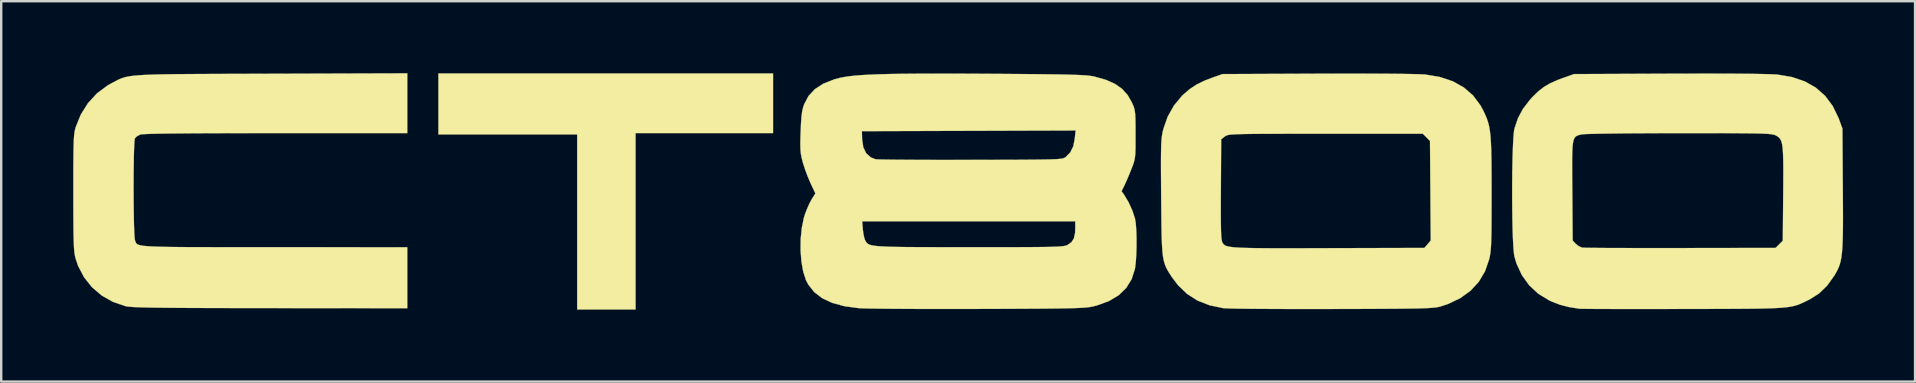
<source format=kicad_pcb>
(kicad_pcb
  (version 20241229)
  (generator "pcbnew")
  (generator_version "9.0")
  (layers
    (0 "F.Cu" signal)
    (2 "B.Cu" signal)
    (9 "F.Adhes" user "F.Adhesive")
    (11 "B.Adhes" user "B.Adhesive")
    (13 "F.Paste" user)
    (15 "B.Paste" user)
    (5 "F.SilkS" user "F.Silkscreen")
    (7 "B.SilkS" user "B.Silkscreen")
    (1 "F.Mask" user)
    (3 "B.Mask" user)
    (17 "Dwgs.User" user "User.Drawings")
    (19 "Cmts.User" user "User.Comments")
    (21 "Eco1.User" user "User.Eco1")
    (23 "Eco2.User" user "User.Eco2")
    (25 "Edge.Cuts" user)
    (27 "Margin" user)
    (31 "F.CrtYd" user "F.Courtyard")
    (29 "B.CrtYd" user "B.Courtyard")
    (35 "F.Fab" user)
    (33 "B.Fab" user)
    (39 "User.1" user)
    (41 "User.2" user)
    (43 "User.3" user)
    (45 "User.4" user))
  (footprint "ct800"
    (layer "F.Cu")
    (at 36.942 4.982)
    (property "Reference" "ct800" (at 0 0 0) (layer "F.SilkS") (effects (font (size 1.524 1.524) (thickness 0.3))))
    (attr through_hole)
    (fp_poly (pts (xy -7.782 -2.486) (xy -13.511 -2.486) (xy -13.511 4.864) (xy -15.943 4.864) (xy -15.943 -2.432) (xy -21.725 -2.432) (xy -21.725 -4.972) (xy -7.782 -4.972) (xy -7.782 -2.486)) (stroke (width 0.01) (type solid)) (fill yes) (layer "F.SilkS"))
    (fp_poly (pts (xy -23.022 -2.486) (xy -28.499 -2.486) (xy -29.496 -2.486) (xy -30.387 -2.484) (xy -31.175 -2.482) (xy -31.865 -2.479) (xy -32.457 -2.474) (xy -32.956 -2.469) (xy -33.365 -2.463) (xy -33.685 -2.456) (xy -33.92 -2.447) (xy -34.073 -2.437) (xy -34.147 -2.427) (xy -34.148 -2.426) (xy -34.283 -2.356) (xy -34.371 -2.27) (xy -34.372 -2.268) (xy -34.386 -2.188) (xy -34.398 -2.014) (xy -34.408 -1.763) (xy -34.416 -1.447) (xy -34.421 -1.083) (xy -34.425 -0.685) (xy -34.426 -0.268) (xy -34.425 0.154) (xy -34.422 0.565) (xy -34.417 0.951) (xy -34.41 1.297) (xy -34.401 1.588) (xy -34.389 1.81) (xy -34.376 1.947) (xy -34.369 1.978) (xy -34.353 2.024) (xy -34.338 2.065) (xy -34.319 2.101) (xy -34.288 2.132) (xy -34.24 2.16) (xy -34.169 2.183) (xy -34.068 2.203) (xy -33.931 2.219) (xy -33.752 2.232) (xy -33.525 2.243) (xy -33.243 2.251) (xy -32.902 2.257) (xy -32.493 2.262) (xy -32.012 2.265) (xy -31.452 2.266) (xy -30.806 2.267) (xy -30.069 2.268) (xy -29.235 2.268) (xy -28.575 2.268) (xy -23.022 2.27) (xy -23.022 4.81) (xy -28.737 4.805) (xy -29.679 4.804) (xy -30.518 4.803) (xy -31.261 4.801) (xy -31.914 4.799) (xy -32.482 4.796) (xy -32.971 4.792) (xy -33.388 4.787) (xy -33.737 4.782) (xy -34.025 4.776) (xy -34.259 4.768) (xy -34.442 4.76) (xy -34.582 4.75) (xy -34.685 4.739) (xy -34.755 4.727) (xy -34.762 4.726) (xy -35.286 4.546) (xy -35.755 4.28) (xy -36.16 3.935) (xy -36.49 3.521) (xy -36.738 3.046) (xy -36.839 2.748) (xy -36.862 2.656) (xy -36.882 2.552) (xy -36.897 2.427) (xy -36.91 2.27) (xy -36.919 2.07) (xy -36.926 1.817) (xy -36.931 1.499) (xy -36.934 1.106) (xy -36.936 0.627) (xy -36.937 0.051) (xy -36.937 0) (xy -36.937 -0.58) (xy -36.936 -1.063) (xy -36.933 -1.459) (xy -36.929 -1.779) (xy -36.923 -2.034) (xy -36.915 -2.233) (xy -36.903 -2.389) (xy -36.889 -2.512) (xy -36.87 -2.611) (xy -36.848 -2.699) (xy -36.839 -2.729) (xy -36.624 -3.261) (xy -36.325 -3.736) (xy -35.953 -4.141) (xy -35.515 -4.468) (xy -35.366 -4.552) (xy -35.252 -4.612) (xy -35.151 -4.666) (xy -35.057 -4.714) (xy -34.962 -4.756) (xy -34.861 -4.793) (xy -34.746 -4.824) (xy -34.61 -4.851) (xy -34.449 -4.874) (xy -34.253 -4.892) (xy -34.019 -4.908) (xy -33.737 -4.92) (xy -33.403 -4.93) (xy -33.009 -4.937) (xy -32.549 -4.943) (xy -32.016 -4.947) (xy -31.404 -4.95) (xy -30.705 -4.953) (xy -29.914 -4.955) (xy -29.024 -4.958) (xy -28.683 -4.959) (xy -23.022 -4.977) (xy -23.022 -2.486)) (stroke (width 0.01) (type solid)) (fill yes) (layer "F.SilkS"))
    (fp_poly (pts (xy 16.937 -4.964) (xy 17.52 -4.961) (xy 18.042 -4.958) (xy 18.494 -4.953) (xy 18.868 -4.946) (xy 19.154 -4.939) (xy 19.345 -4.93) (xy 19.395 -4.926) (xy 20.006 -4.823) (xy 20.541 -4.644) (xy 21 -4.388) (xy 21.383 -4.056) (xy 21.69 -3.646) (xy 21.812 -3.422) (xy 21.89 -3.256) (xy 21.955 -3.101) (xy 22.008 -2.945) (xy 22.051 -2.777) (xy 22.085 -2.586) (xy 22.111 -2.361) (xy 22.129 -2.09) (xy 22.142 -1.762) (xy 22.15 -1.365) (xy 22.154 -0.89) (xy 22.156 -0.323) (xy 22.156 0.027) (xy 22.156 0.602) (xy 22.154 1.079) (xy 22.152 1.472) (xy 22.147 1.79) (xy 22.14 2.045) (xy 22.13 2.249) (xy 22.117 2.413) (xy 22.1 2.548) (xy 22.08 2.665) (xy 22.058 2.763) (xy 21.886 3.265) (xy 21.626 3.705) (xy 21.28 4.081) (xy 20.849 4.392) (xy 20.337 4.635) (xy 20.023 4.739) (xy 19.955 4.756) (xy 19.874 4.771) (xy 19.773 4.784) (xy 19.645 4.795) (xy 19.481 4.805) (xy 19.274 4.813) (xy 19.017 4.82) (xy 18.702 4.825) (xy 18.322 4.83) (xy 17.868 4.833) (xy 17.334 4.836) (xy 16.711 4.839) (xy 15.992 4.841) (xy 15.51 4.842) (xy 14.838 4.844) (xy 14.19 4.843) (xy 13.575 4.842) (xy 13.004 4.84) (xy 12.485 4.837) (xy 12.026 4.833) (xy 11.639 4.828) (xy 11.33 4.822) (xy 11.11 4.815) (xy 10.988 4.808) (xy 10.979 4.807) (xy 10.406 4.688) (xy 9.906 4.493) (xy 9.471 4.216) (xy 9.093 3.853) (xy 8.84 3.518) (xy 8.743 3.371) (xy 8.662 3.239) (xy 8.595 3.111) (xy 8.541 2.977) (xy 8.498 2.826) (xy 8.465 2.646) (xy 8.44 2.427) (xy 8.423 2.158) (xy 8.41 1.828) (xy 8.402 1.426) (xy 8.396 0.941) (xy 8.395 0.875) (xy 10.874 0.875) (xy 10.876 1.25) (xy 10.882 1.542) (xy 10.89 1.762) (xy 10.903 1.916) (xy 10.918 2.013) (xy 10.932 2.054) (xy 10.958 2.102) (xy 10.989 2.144) (xy 11.031 2.181) (xy 11.093 2.212) (xy 11.181 2.237) (xy 11.302 2.259) (xy 11.464 2.276) (xy 11.674 2.289) (xy 11.939 2.298) (xy 12.266 2.305) (xy 12.663 2.309) (xy 13.137 2.312) (xy 13.694 2.312) (xy 14.343 2.311) (xy 15.09 2.309) (xy 15.366 2.308) (xy 19.357 2.297) (xy 19.489 2.143) (xy 19.621 1.989) (xy 19.606 -0.085) (xy 19.59 -2.159) (xy 19.441 -2.309) (xy 19.291 -2.459) (xy 15.243 -2.459) (xy 14.485 -2.459) (xy 13.829 -2.459) (xy 13.265 -2.458) (xy 12.787 -2.457) (xy 12.387 -2.455) (xy 12.058 -2.451) (xy 11.792 -2.447) (xy 11.581 -2.441) (xy 11.419 -2.434) (xy 11.298 -2.425) (xy 11.21 -2.413) (xy 11.147 -2.4) (xy 11.103 -2.384) (xy 11.07 -2.365) (xy 11.042 -2.345) (xy 10.89 -2.231) (xy 10.877 -0.156) (xy 10.874 0.409) (xy 10.874 0.875) (xy 8.395 0.875) (xy 8.391 0.361) (xy 8.389 0.173) (xy 8.385 -0.402) (xy 8.382 -0.88) (xy 8.381 -1.273) (xy 8.383 -1.591) (xy 8.387 -1.846) (xy 8.393 -2.049) (xy 8.404 -2.211) (xy 8.418 -2.344) (xy 8.436 -2.458) (xy 8.458 -2.565) (xy 8.482 -2.661) (xy 8.661 -3.17) (xy 8.925 -3.639) (xy 9.26 -4.042) (xy 9.304 -4.085) (xy 9.583 -4.324) (xy 9.87 -4.513) (xy 10.201 -4.674) (xy 10.511 -4.793) (xy 10.944 -4.945) (xy 14.91 -4.962) (xy 15.623 -4.964) (xy 16.302 -4.964) (xy 16.937 -4.964)) (stroke (width 0.01) (type solid)) (fill yes) (layer "F.SilkS"))
    (fp_poly (pts (xy 31.799 -4.964) (xy 32.404 -4.961) (xy 32.928 -4.956) (xy 33.366 -4.949) (xy 33.712 -4.941) (xy 33.959 -4.931) (xy 34.076 -4.923) (xy 34.681 -4.819) (xy 35.212 -4.638) (xy 35.67 -4.377) (xy 36.055 -4.037) (xy 36.369 -3.617) (xy 36.613 -3.115) (xy 36.636 -3.053) (xy 36.774 -2.675) (xy 36.791 -0.165) (xy 36.795 0.485) (xy 36.797 1.037) (xy 36.795 1.501) (xy 36.788 1.888) (xy 36.776 2.208) (xy 36.757 2.471) (xy 36.731 2.687) (xy 36.696 2.867) (xy 36.652 3.021) (xy 36.596 3.159) (xy 36.53 3.291) (xy 36.451 3.428) (xy 36.436 3.453) (xy 36.138 3.869) (xy 35.801 4.194) (xy 35.41 4.442) (xy 35.377 4.458) (xy 35.242 4.525) (xy 35.121 4.583) (xy 35.008 4.633) (xy 34.893 4.676) (xy 34.769 4.713) (xy 34.628 4.743) (xy 34.463 4.768) (xy 34.264 4.788) (xy 34.024 4.803) (xy 33.736 4.815) (xy 33.391 4.824) (xy 32.981 4.83) (xy 32.499 4.834) (xy 31.936 4.837) (xy 31.285 4.839) (xy 30.537 4.84) (xy 30.156 4.841) (xy 29.489 4.842) (xy 28.85 4.843) (xy 28.249 4.843) (xy 27.694 4.843) (xy 27.193 4.842) (xy 26.756 4.84) (xy 26.39 4.839) (xy 26.106 4.836) (xy 25.91 4.834) (xy 25.812 4.831) (xy 25.805 4.83) (xy 25.376 4.761) (xy 25.012 4.667) (xy 24.672 4.537) (xy 24.555 4.483) (xy 24.105 4.209) (xy 23.723 3.855) (xy 23.417 3.43) (xy 23.193 2.944) (xy 23.106 2.648) (xy 23.083 2.488) (xy 23.062 2.237) (xy 23.046 1.908) (xy 23.032 1.517) (xy 23.023 1.078) (xy 23.017 0.606) (xy 23.014 0.115) (xy 23.015 -0.378) (xy 23.019 -0.861) (xy 23.027 -1.298) (xy 25.513 -1.298) (xy 25.513 -0.893) (xy 25.517 -0.396) (xy 25.519 -0.076) (xy 25.535 1.991) (xy 25.663 2.127) (xy 25.794 2.23) (xy 25.931 2.286) (xy 25.934 2.286) (xy 26.01 2.29) (xy 26.185 2.293) (xy 26.451 2.296) (xy 26.798 2.299) (xy 27.218 2.301) (xy 27.702 2.302) (xy 28.24 2.303) (xy 28.825 2.304) (xy 29.447 2.304) (xy 30.033 2.303) (xy 33.99 2.297) (xy 34.14 2.147) (xy 34.29 1.997) (xy 34.307 0.066) (xy 34.311 -0.492) (xy 34.312 -0.953) (xy 34.309 -1.327) (xy 34.3 -1.623) (xy 34.285 -1.853) (xy 34.261 -2.026) (xy 34.227 -2.153) (xy 34.182 -2.243) (xy 34.125 -2.308) (xy 34.055 -2.358) (xy 33.993 -2.391) (xy 33.95 -2.41) (xy 33.896 -2.425) (xy 33.821 -2.439) (xy 33.719 -2.45) (xy 33.582 -2.459) (xy 33.402 -2.467) (xy 33.171 -2.473) (xy 32.881 -2.477) (xy 32.525 -2.48) (xy 32.096 -2.483) (xy 31.584 -2.484) (xy 30.984 -2.485) (xy 30.286 -2.485) (xy 29.967 -2.485) (xy 29.304 -2.484) (xy 28.675 -2.481) (xy 28.089 -2.478) (xy 27.554 -2.474) (xy 27.08 -2.468) (xy 26.673 -2.462) (xy 26.344 -2.454) (xy 26.101 -2.447) (xy 25.953 -2.438) (xy 25.913 -2.433) (xy 25.813 -2.41) (xy 25.73 -2.384) (xy 25.664 -2.346) (xy 25.612 -2.286) (xy 25.573 -2.193) (xy 25.545 -2.058) (xy 25.527 -1.871) (xy 25.517 -1.621) (xy 25.513 -1.298) (xy 23.027 -1.298) (xy 23.027 -1.318) (xy 23.039 -1.735) (xy 23.054 -2.096) (xy 23.072 -2.387) (xy 23.094 -2.593) (xy 23.108 -2.667) (xy 23.254 -3.103) (xy 23.46 -3.491) (xy 23.746 -3.864) (xy 23.84 -3.969) (xy 24.086 -4.213) (xy 24.327 -4.403) (xy 24.595 -4.561) (xy 24.919 -4.704) (xy 25.157 -4.792) (xy 25.589 -4.945) (xy 29.556 -4.962) (xy 30.369 -4.964) (xy 31.119 -4.965) (xy 31.799 -4.964)) (stroke (width 0.01) (type solid)) (fill yes) (layer "F.SilkS"))
    (fp_poly (pts (xy -0.291 -4.964) (xy 0.59 -4.96) (xy 1.15 -4.957) (xy 1.923 -4.952) (xy 2.597 -4.947) (xy 3.178 -4.942) (xy 3.674 -4.936) (xy 4.093 -4.931) (xy 4.444 -4.924) (xy 4.733 -4.916) (xy 4.968 -4.907) (xy 5.158 -4.897) (xy 5.31 -4.886) (xy 5.432 -4.872) (xy 5.532 -4.857) (xy 5.614 -4.84) (xy 6.083 -4.707) (xy 6.461 -4.54) (xy 6.76 -4.331) (xy 6.993 -4.07) (xy 7.168 -3.763) (xy 7.222 -3.643) (xy 7.261 -3.537) (xy 7.288 -3.425) (xy 7.305 -3.289) (xy 7.315 -3.109) (xy 7.32 -2.865) (xy 7.321 -2.537) (xy 7.321 -2.432) (xy 7.321 -2.079) (xy 7.319 -1.814) (xy 7.311 -1.615) (xy 7.295 -1.462) (xy 7.27 -1.333) (xy 7.232 -1.208) (xy 7.179 -1.066) (xy 7.153 -1) (xy 7.057 -0.762) (xy 6.957 -0.527) (xy 6.873 -0.34) (xy 6.862 -0.317) (xy 6.74 -0.066) (xy 6.849 0.089) (xy 7.032 0.396) (xy 7.192 0.75) (xy 7.3 1.081) (xy 7.331 1.278) (xy 7.352 1.555) (xy 7.362 1.883) (xy 7.362 2.233) (xy 7.352 2.578) (xy 7.332 2.888) (xy 7.302 3.136) (xy 7.293 3.181) (xy 7.157 3.605) (xy 6.931 3.968) (xy 6.616 4.271) (xy 6.212 4.513) (xy 5.721 4.692) (xy 5.563 4.733) (xy 5.482 4.75) (xy 5.389 4.765) (xy 5.277 4.778) (xy 5.139 4.789) (xy 4.966 4.798) (xy 4.752 4.807) (xy 4.49 4.813) (xy 4.17 4.819) (xy 3.787 4.824) (xy 3.332 4.828) (xy 2.798 4.831) (xy 2.177 4.834) (xy 1.463 4.837) (xy 0.757 4.839) (xy 0.061 4.841) (xy -0.615 4.841) (xy -1.261 4.841) (xy -1.868 4.839) (xy -2.427 4.836) (xy -2.928 4.833) (xy -3.362 4.828) (xy -3.719 4.823) (xy -3.99 4.817) (xy -4.166 4.81) (xy -4.202 4.808) (xy -4.801 4.728) (xy -5.31 4.59) (xy -5.731 4.395) (xy -6.065 4.14) (xy -6.314 3.825) (xy -6.409 3.643) (xy -6.524 3.293) (xy -6.599 2.872) (xy -6.635 2.407) (xy -6.631 1.929) (xy -6.585 1.465) (xy -6.528 1.189) (xy -4.068 1.189) (xy -4.041 1.53) (xy -4.014 1.732) (xy -3.974 1.906) (xy -3.939 1.995) (xy -3.908 2.045) (xy -3.876 2.089) (xy -3.834 2.126) (xy -3.775 2.158) (xy -3.691 2.184) (xy -3.576 2.206) (xy -3.422 2.223) (xy -3.222 2.237) (xy -2.967 2.248) (xy -2.652 2.255) (xy -2.267 2.261) (xy -1.807 2.264) (xy -1.264 2.266) (xy -0.629 2.267) (xy 0.103 2.267) (xy 0.378 2.268) (xy 1.127 2.268) (xy 1.775 2.268) (xy 2.33 2.267) (xy 2.8 2.265) (xy 3.193 2.262) (xy 3.516 2.259) (xy 3.777 2.254) (xy 3.983 2.247) (xy 4.142 2.239) (xy 4.262 2.229) (xy 4.35 2.217) (xy 4.414 2.202) (xy 4.462 2.186) (xy 4.485 2.175) (xy 4.652 2.059) (xy 4.754 1.898) (xy 4.802 1.671) (xy 4.809 1.5) (xy 4.81 1.189) (xy -4.068 1.189) (xy -6.528 1.189) (xy -6.499 1.046) (xy -6.458 0.912) (xy -6.369 0.677) (xy -6.267 0.448) (xy -6.173 0.271) (xy -6.168 0.263) (xy -6.019 0.027) (xy -6.222 -0.406) (xy -6.337 -0.675) (xy -6.45 -0.978) (xy -6.538 -1.251) (xy -6.543 -1.271) (xy -6.589 -1.451) (xy -6.621 -1.612) (xy -6.638 -1.78) (xy -6.645 -1.982) (xy -6.642 -2.244) (xy -6.632 -2.54) (xy -6.631 -2.567) (xy -4.08 -2.567) (xy -4.071 -2.226) (xy -4.023 -1.896) (xy -3.902 -1.646) (xy -3.708 -1.474) (xy -3.513 -1.397) (xy -3.438 -1.392) (xy -3.263 -1.386) (xy -2.999 -1.382) (xy -2.653 -1.378) (xy -2.235 -1.375) (xy -1.754 -1.372) (xy -1.22 -1.37) (xy -0.64 -1.369) (xy -0.025 -1.37) (xy 0.442 -1.37) (xy 1.176 -1.372) (xy 1.81 -1.373) (xy 2.351 -1.375) (xy 2.808 -1.378) (xy 3.187 -1.381) (xy 3.497 -1.385) (xy 3.745 -1.39) (xy 3.939 -1.397) (xy 4.086 -1.405) (xy 4.195 -1.416) (xy 4.273 -1.428) (xy 4.328 -1.443) (xy 4.368 -1.461) (xy 4.4 -1.481) (xy 4.414 -1.492) (xy 4.603 -1.683) (xy 4.726 -1.933) (xy 4.79 -2.261) (xy 4.79 -2.261) (xy 4.825 -2.595) (xy 0.373 -2.581) (xy -4.08 -2.567) (xy -6.631 -2.567) (xy -6.617 -2.892) (xy -6.598 -3.159) (xy -6.573 -3.365) (xy -6.537 -3.531) (xy -6.489 -3.681) (xy -6.485 -3.691) (xy -6.303 -4.035) (xy -6.036 -4.32) (xy -5.681 -4.549) (xy -5.235 -4.724) (xy -5.017 -4.783) (xy -4.841 -4.819) (xy -4.635 -4.851) (xy -4.391 -4.879) (xy -4.103 -4.902) (xy -3.764 -4.921) (xy -3.368 -4.937) (xy -2.908 -4.949) (xy -2.377 -4.957) (xy -1.768 -4.962) (xy -1.075 -4.964) (xy -0.291 -4.964)) (stroke (width 0.01) (type solid)) (fill yes) (layer "F.SilkS")))
  (gr_rect
    (start -3 -3)
    (end 76.743 12.85)
    (stroke (width 0.1) (type default))
    (fill no)
    (layer "Edge.Cuts")))
</source>
